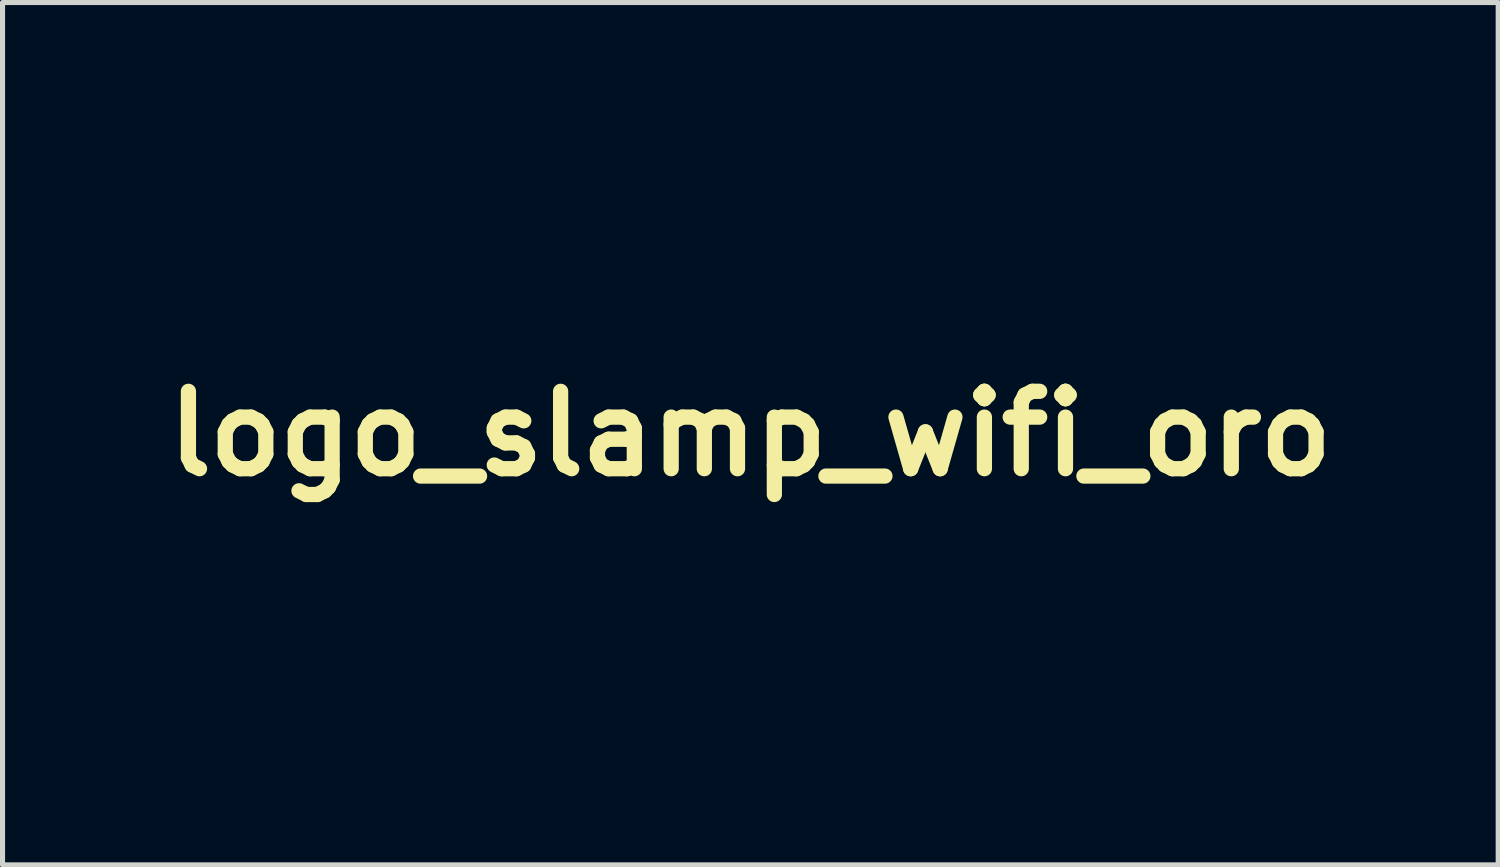
<source format=kicad_pcb>
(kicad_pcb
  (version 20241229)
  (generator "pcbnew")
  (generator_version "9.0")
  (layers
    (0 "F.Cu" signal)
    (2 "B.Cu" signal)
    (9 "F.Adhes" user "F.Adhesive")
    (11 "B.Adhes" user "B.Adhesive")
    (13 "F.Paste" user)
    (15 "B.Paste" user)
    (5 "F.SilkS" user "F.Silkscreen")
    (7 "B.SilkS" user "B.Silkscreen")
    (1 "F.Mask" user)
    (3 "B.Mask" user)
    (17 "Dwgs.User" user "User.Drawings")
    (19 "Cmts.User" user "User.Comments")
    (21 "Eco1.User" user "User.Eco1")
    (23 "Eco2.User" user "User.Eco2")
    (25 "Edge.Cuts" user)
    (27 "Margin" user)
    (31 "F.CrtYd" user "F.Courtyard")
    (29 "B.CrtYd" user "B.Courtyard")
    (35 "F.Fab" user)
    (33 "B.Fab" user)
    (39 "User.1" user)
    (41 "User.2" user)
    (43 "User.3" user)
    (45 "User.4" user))
  (footprint "logo_slamp_wifi_oro"
    (layer "F.Cu")
    (at 11.728 5.491)
    (property "Reference" "logo_slamp_wifi_oro" (at 0 0 0) (layer "F.SilkS") (effects (font (size 1.524 1.524) (thickness 0.3))))
    (attr through_hole)
    (fp_poly (pts (xy -2.788 1.998) (xy -2.718 2.03) (xy -2.618 2.082) (xy -2.493 2.148) (xy -2.35 2.227) (xy -2.235 2.292) (xy -1.689 2.603) (xy -1.682 3.262) (xy -1.681 3.44) (xy -1.682 3.602) (xy -1.683 3.74) (xy -1.686 3.847) (xy -1.691 3.916) (xy -1.695 3.94) (xy -1.722 3.934) (xy -1.786 3.904) (xy -1.881 3.856) (xy -2.002 3.791) (xy -2.142 3.713) (xy -2.261 3.646) (xy -2.439 3.541) (xy -2.59 3.45) (xy -2.708 3.373) (xy -2.791 3.315) (xy -2.834 3.278) (xy -2.838 3.272) (xy -2.849 3.236) (xy -2.857 3.17) (xy -2.862 3.07) (xy -2.865 2.931) (xy -2.865 2.749) (xy -2.864 2.604) (xy -2.861 2.409) (xy -2.858 2.26) (xy -2.854 2.149) (xy -2.849 2.073) (xy -2.842 2.024) (xy -2.833 1.998) (xy -2.821 1.988) (xy -2.819 1.988) (xy -2.788 1.998)) (stroke (width 0.01) (type solid)) (fill yes) (layer "F.Mask"))
    (fp_poly (pts (xy 2.894 3.511) (xy 2.904 3.531) (xy 2.91 3.571) (xy 2.915 3.637) (xy 2.918 3.734) (xy 2.92 3.868) (xy 2.921 4.045) (xy 2.921 4.148) (xy 2.92 4.364) (xy 2.918 4.533) (xy 2.914 4.66) (xy 2.908 4.749) (xy 2.899 4.805) (xy 2.889 4.831) (xy 2.859 4.854) (xy 2.793 4.898) (xy 2.697 4.957) (xy 2.58 5.027) (xy 2.449 5.104) (xy 2.311 5.185) (xy 2.174 5.264) (xy 2.044 5.337) (xy 1.931 5.4) (xy 1.84 5.448) (xy 1.779 5.479) (xy 1.757 5.486) (xy 1.747 5.472) (xy 1.74 5.425) (xy 1.734 5.343) (xy 1.73 5.222) (xy 1.728 5.058) (xy 1.727 4.847) (xy 1.727 4.827) (xy 1.727 4.168) (xy 1.81 4.107) (xy 1.865 4.07) (xy 1.952 4.017) (xy 2.063 3.951) (xy 2.189 3.878) (xy 2.324 3.801) (xy 2.46 3.725) (xy 2.589 3.653) (xy 2.704 3.592) (xy 2.796 3.544) (xy 2.859 3.513) (xy 2.882 3.505) (xy 2.894 3.511)) (stroke (width 0.01) (type solid)) (fill yes) (layer "F.Mask"))
    (fp_poly (pts (xy 5.519 -2.588) (xy 5.542 -2.575) (xy 5.559 -2.546) (xy 5.572 -2.496) (xy 5.58 -2.419) (xy 5.585 -2.31) (xy 5.587 -2.162) (xy 5.588 -1.97) (xy 5.588 -1.927) (xy 5.588 -1.323) (xy 5.505 -1.262) (xy 5.464 -1.234) (xy 5.386 -1.187) (xy 5.281 -1.124) (xy 5.156 -1.05) (xy 5.02 -0.971) (xy 4.882 -0.891) (xy 4.748 -0.814) (xy 4.629 -0.747) (xy 4.531 -0.692) (xy 4.48 -0.665) (xy 4.433 -0.649) (xy 4.41 -0.653) (xy 4.406 -0.682) (xy 4.402 -0.754) (xy 4.399 -0.859) (xy 4.396 -0.991) (xy 4.395 -1.139) (xy 4.395 -1.297) (xy 4.395 -1.456) (xy 4.396 -1.607) (xy 4.398 -1.741) (xy 4.401 -1.852) (xy 4.405 -1.93) (xy 4.41 -1.966) (xy 4.435 -1.989) (xy 4.498 -2.032) (xy 4.59 -2.091) (xy 4.704 -2.16) (xy 4.832 -2.236) (xy 4.967 -2.315) (xy 5.101 -2.391) (xy 5.226 -2.461) (xy 5.335 -2.52) (xy 5.421 -2.564) (xy 5.475 -2.588) (xy 5.488 -2.591) (xy 5.519 -2.588)) (stroke (width 0.01) (type solid)) (fill yes) (layer "F.Mask"))
    (fp_poly (pts (xy 0.07 -3.163) (xy 0.142 -3.129) (xy 0.242 -3.078) (xy 0.361 -3.013) (xy 0.492 -2.939) (xy 0.629 -2.86) (xy 0.764 -2.781) (xy 0.89 -2.705) (xy 1 -2.636) (xy 1.087 -2.579) (xy 1.144 -2.538) (xy 1.162 -2.517) (xy 1.139 -2.496) (xy 1.079 -2.454) (xy 0.989 -2.396) (xy 0.876 -2.326) (xy 0.747 -2.249) (xy 0.611 -2.169) (xy 0.473 -2.089) (xy 0.342 -2.015) (xy 0.224 -1.951) (xy 0.128 -1.9) (xy 0.059 -1.867) (xy 0.026 -1.856) (xy -0.006 -1.868) (xy -0.075 -1.903) (xy -0.176 -1.957) (xy -0.3 -2.025) (xy -0.443 -2.106) (xy -0.559 -2.172) (xy -0.709 -2.259) (xy -0.843 -2.34) (xy -0.956 -2.411) (xy -1.041 -2.467) (xy -1.092 -2.505) (xy -1.105 -2.519) (xy -1.084 -2.541) (xy -1.025 -2.582) (xy -0.936 -2.639) (xy -0.824 -2.707) (xy -0.697 -2.783) (xy -0.561 -2.863) (xy -0.423 -2.941) (xy -0.291 -3.015) (xy -0.173 -3.079) (xy -0.075 -3.13) (xy -0.004 -3.163) (xy 0.031 -3.175) (xy 0.07 -3.163)) (stroke (width 0.01) (type solid)) (fill yes) (layer "F.Mask"))
    (fp_poly (pts (xy 1.402 -2.401) (xy 1.473 -2.367) (xy 1.572 -2.315) (xy 1.691 -2.251) (xy 1.822 -2.177) (xy 1.96 -2.098) (xy 2.096 -2.018) (xy 2.223 -1.942) (xy 2.335 -1.873) (xy 2.423 -1.817) (xy 2.481 -1.776) (xy 2.502 -1.755) (xy 2.481 -1.733) (xy 2.422 -1.691) (xy 2.333 -1.633) (xy 2.221 -1.564) (xy 2.093 -1.488) (xy 1.956 -1.408) (xy 1.818 -1.329) (xy 1.686 -1.256) (xy 1.567 -1.191) (xy 1.468 -1.14) (xy 1.396 -1.107) (xy 1.359 -1.095) (xy 1.323 -1.108) (xy 1.251 -1.143) (xy 1.148 -1.197) (xy 1.022 -1.266) (xy 0.878 -1.346) (xy 0.775 -1.406) (xy 0.626 -1.493) (xy 0.493 -1.574) (xy 0.381 -1.645) (xy 0.297 -1.701) (xy 0.247 -1.739) (xy 0.235 -1.753) (xy 0.254 -1.775) (xy 0.311 -1.816) (xy 0.398 -1.874) (xy 0.509 -1.943) (xy 0.635 -2.02) (xy 0.77 -2.1) (xy 0.907 -2.179) (xy 1.038 -2.253) (xy 1.157 -2.317) (xy 1.256 -2.368) (xy 1.328 -2.402) (xy 1.365 -2.413) (xy 1.402 -2.401)) (stroke (width 0.01) (type solid)) (fill yes) (layer "F.Mask"))
    (fp_poly (pts (xy 0.047 -4.704) (xy 0.12 -4.673) (xy 0.221 -4.624) (xy 0.341 -4.561) (xy 0.474 -4.488) (xy 0.613 -4.41) (xy 0.751 -4.33) (xy 0.879 -4.253) (xy 0.991 -4.182) (xy 1.079 -4.123) (xy 1.136 -4.079) (xy 1.156 -4.055) (xy 1.133 -4.028) (xy 1.067 -3.978) (xy 0.959 -3.907) (xy 0.811 -3.816) (xy 0.635 -3.713) (xy 0.485 -3.627) (xy 0.348 -3.549) (xy 0.23 -3.483) (xy 0.138 -3.432) (xy 0.079 -3.402) (xy 0.062 -3.394) (xy 0.027 -3.397) (xy -0.035 -3.419) (xy -0.128 -3.463) (xy -0.255 -3.532) (xy -0.395 -3.611) (xy -0.594 -3.725) (xy -0.753 -3.818) (xy -0.877 -3.891) (xy -0.968 -3.947) (xy -1.033 -3.988) (xy -1.074 -4.019) (xy -1.097 -4.04) (xy -1.105 -4.055) (xy -1.105 -4.058) (xy -1.084 -4.078) (xy -1.026 -4.118) (xy -0.938 -4.175) (xy -0.827 -4.243) (xy -0.7 -4.32) (xy -0.565 -4.399) (xy -0.429 -4.478) (xy -0.3 -4.552) (xy -0.183 -4.617) (xy -0.087 -4.668) (xy -0.019 -4.701) (xy 0.009 -4.712) (xy 0.047 -4.704)) (stroke (width 0.01) (type solid)) (fill yes) (layer "F.Mask"))
    (fp_poly (pts (xy 1.396 -5.474) (xy 1.468 -5.44) (xy 1.568 -5.389) (xy 1.687 -5.325) (xy 1.82 -5.251) (xy 1.958 -5.172) (xy 2.094 -5.093) (xy 2.222 -5.017) (xy 2.334 -4.948) (xy 2.423 -4.891) (xy 2.481 -4.85) (xy 2.502 -4.829) (xy 2.481 -4.807) (xy 2.422 -4.765) (xy 2.333 -4.707) (xy 2.221 -4.638) (xy 2.093 -4.561) (xy 1.957 -4.481) (xy 1.819 -4.402) (xy 1.687 -4.328) (xy 1.567 -4.263) (xy 1.468 -4.212) (xy 1.396 -4.178) (xy 1.359 -4.166) (xy 1.324 -4.179) (xy 1.251 -4.213) (xy 1.148 -4.267) (xy 1.021 -4.336) (xy 0.877 -4.417) (xy 0.762 -4.482) (xy 0.612 -4.57) (xy 0.478 -4.651) (xy 0.365 -4.722) (xy 0.28 -4.777) (xy 0.229 -4.814) (xy 0.216 -4.828) (xy 0.237 -4.849) (xy 0.296 -4.89) (xy 0.385 -4.947) (xy 0.497 -5.015) (xy 0.625 -5.091) (xy 0.761 -5.17) (xy 0.899 -5.249) (xy 1.031 -5.323) (xy 1.151 -5.387) (xy 1.25 -5.439) (xy 1.322 -5.473) (xy 1.359 -5.486) (xy 1.359 -5.486) (xy 1.396 -5.474)) (stroke (width 0.01) (type solid)) (fill yes) (layer "F.Mask"))
    (fp_poly (pts (xy 2.899 0.471) (xy 2.908 0.542) (xy 2.914 0.647) (xy 2.919 0.778) (xy 2.923 0.927) (xy 2.924 1.085) (xy 2.923 1.243) (xy 2.92 1.395) (xy 2.915 1.53) (xy 2.909 1.642) (xy 2.9 1.722) (xy 2.889 1.76) (xy 2.859 1.785) (xy 2.792 1.829) (xy 2.697 1.888) (xy 2.579 1.959) (xy 2.448 2.037) (xy 2.31 2.117) (xy 2.172 2.195) (xy 2.043 2.268) (xy 1.93 2.33) (xy 1.84 2.378) (xy 1.78 2.407) (xy 1.76 2.413) (xy 1.75 2.403) (xy 1.742 2.371) (xy 1.736 2.311) (xy 1.731 2.219) (xy 1.729 2.089) (xy 1.727 1.917) (xy 1.727 1.77) (xy 1.728 1.554) (xy 1.73 1.384) (xy 1.735 1.256) (xy 1.741 1.166) (xy 1.749 1.11) (xy 1.759 1.084) (xy 1.791 1.058) (xy 1.859 1.012) (xy 1.956 0.952) (xy 2.073 0.881) (xy 2.205 0.804) (xy 2.342 0.725) (xy 2.479 0.649) (xy 2.607 0.579) (xy 2.719 0.519) (xy 2.809 0.474) (xy 2.868 0.448) (xy 2.888 0.443) (xy 2.899 0.471)) (stroke (width 0.01) (type solid)) (fill yes) (layer "F.Mask"))
    (fp_poly (pts (xy 2.726 -4.712) (xy 2.794 -4.678) (xy 2.891 -4.628) (xy 3.009 -4.564) (xy 3.141 -4.491) (xy 3.279 -4.414) (xy 3.417 -4.337) (xy 3.545 -4.263) (xy 3.657 -4.197) (xy 3.746 -4.143) (xy 3.803 -4.106) (xy 3.817 -4.095) (xy 3.844 -4.057) (xy 3.842 -4.036) (xy 3.804 -4.008) (xy 3.73 -3.961) (xy 3.628 -3.901) (xy 3.506 -3.83) (xy 3.37 -3.754) (xy 3.229 -3.677) (xy 3.09 -3.601) (xy 2.961 -3.533) (xy 2.849 -3.475) (xy 2.762 -3.432) (xy 2.707 -3.408) (xy 2.693 -3.405) (xy 2.654 -3.417) (xy 2.578 -3.453) (xy 2.472 -3.507) (xy 2.343 -3.576) (xy 2.198 -3.657) (xy 2.095 -3.716) (xy 1.947 -3.803) (xy 1.815 -3.884) (xy 1.704 -3.955) (xy 1.622 -4.01) (xy 1.573 -4.048) (xy 1.562 -4.061) (xy 1.583 -4.082) (xy 1.642 -4.123) (xy 1.73 -4.18) (xy 1.841 -4.25) (xy 1.969 -4.326) (xy 2.104 -4.407) (xy 2.241 -4.486) (xy 2.372 -4.56) (xy 2.49 -4.626) (xy 2.588 -4.677) (xy 2.659 -4.711) (xy 2.694 -4.724) (xy 2.726 -4.712)) (stroke (width 0.01) (type solid)) (fill yes) (layer "F.Mask"))
    (fp_poly (pts (xy 4.246 2.782) (xy 4.255 2.858) (xy 4.261 2.967) (xy 4.266 3.101) (xy 4.268 3.252) (xy 4.269 3.41) (xy 4.267 3.568) (xy 4.264 3.716) (xy 4.258 3.846) (xy 4.251 3.949) (xy 4.241 4.017) (xy 4.235 4.036) (xy 4.201 4.07) (xy 4.124 4.126) (xy 4.007 4.202) (xy 3.852 4.297) (xy 3.662 4.408) (xy 3.658 4.41) (xy 3.507 4.497) (xy 3.371 4.574) (xy 3.255 4.639) (xy 3.167 4.688) (xy 3.112 4.717) (xy 3.095 4.724) (xy 3.073 4.704) (xy 3.063 4.684) (xy 3.056 4.639) (xy 3.051 4.553) (xy 3.048 4.435) (xy 3.046 4.294) (xy 3.047 4.139) (xy 3.049 3.979) (xy 3.052 3.822) (xy 3.057 3.679) (xy 3.063 3.557) (xy 3.07 3.465) (xy 3.078 3.414) (xy 3.08 3.408) (xy 3.112 3.376) (xy 3.179 3.327) (xy 3.275 3.263) (xy 3.392 3.19) (xy 3.523 3.112) (xy 3.662 3.031) (xy 3.8 2.954) (xy 3.931 2.883) (xy 4.047 2.823) (xy 4.141 2.778) (xy 4.207 2.752) (xy 4.235 2.749) (xy 4.246 2.782)) (stroke (width 0.01) (type solid)) (fill yes) (layer "F.Mask"))
    (fp_poly (pts (xy 2.731 -3.163) (xy 2.801 -3.13) (xy 2.9 -3.079) (xy 3.021 -3.016) (xy 3.155 -2.943) (xy 3.295 -2.866) (xy 3.435 -2.789) (xy 3.565 -2.715) (xy 3.679 -2.649) (xy 3.769 -2.595) (xy 3.828 -2.556) (xy 3.848 -2.54) (xy 3.841 -2.511) (xy 3.816 -2.484) (xy 3.776 -2.456) (xy 3.701 -2.41) (xy 3.599 -2.349) (xy 3.478 -2.279) (xy 3.344 -2.203) (xy 3.206 -2.125) (xy 3.07 -2.05) (xy 2.944 -1.982) (xy 2.836 -1.924) (xy 2.753 -1.882) (xy 2.702 -1.859) (xy 2.692 -1.856) (xy 2.66 -1.868) (xy 2.591 -1.903) (xy 2.491 -1.956) (xy 2.366 -2.025) (xy 2.224 -2.105) (xy 2.108 -2.171) (xy 1.958 -2.259) (xy 1.822 -2.34) (xy 1.709 -2.411) (xy 1.622 -2.467) (xy 1.569 -2.505) (xy 1.556 -2.519) (xy 1.575 -2.541) (xy 1.632 -2.582) (xy 1.719 -2.639) (xy 1.83 -2.707) (xy 1.957 -2.783) (xy 2.093 -2.862) (xy 2.231 -2.941) (xy 2.363 -3.014) (xy 2.483 -3.078) (xy 2.584 -3.129) (xy 2.657 -3.163) (xy 2.697 -3.175) (xy 2.697 -3.175) (xy 2.731 -3.163)) (stroke (width 0.01) (type solid)) (fill yes) (layer "F.Mask"))
    (fp_poly (pts (xy 4.075 -3.93) (xy 4.151 -3.895) (xy 4.255 -3.843) (xy 4.378 -3.777) (xy 4.512 -3.702) (xy 4.648 -3.624) (xy 4.781 -3.546) (xy 4.9 -3.473) (xy 4.998 -3.41) (xy 5.067 -3.361) (xy 5.099 -3.332) (xy 5.124 -3.286) (xy 5.115 -3.252) (xy 5.09 -3.225) (xy 5.058 -3.202) (xy 4.991 -3.16) (xy 4.896 -3.102) (xy 4.78 -3.033) (xy 4.652 -2.958) (xy 4.52 -2.881) (xy 4.389 -2.806) (xy 4.269 -2.738) (xy 4.167 -2.681) (xy 4.09 -2.64) (xy 4.047 -2.618) (xy 4.04 -2.616) (xy 4.01 -2.627) (xy 3.956 -2.653) (xy 3.95 -2.656) (xy 3.818 -2.726) (xy 3.675 -2.806) (xy 3.528 -2.89) (xy 3.382 -2.976) (xy 3.244 -3.059) (xy 3.121 -3.135) (xy 3.019 -3.201) (xy 2.945 -3.252) (xy 2.905 -3.284) (xy 2.901 -3.292) (xy 2.924 -3.315) (xy 2.986 -3.358) (xy 3.077 -3.417) (xy 3.191 -3.486) (xy 3.32 -3.563) (xy 3.458 -3.643) (xy 3.595 -3.721) (xy 3.726 -3.794) (xy 3.843 -3.856) (xy 3.939 -3.905) (xy 4.006 -3.935) (xy 4.033 -3.943) (xy 4.075 -3.93)) (stroke (width 0.01) (type solid)) (fill yes) (layer "F.Mask"))
    (fp_poly (pts (xy -4.121 -0.318) (xy -4.051 -0.283) (xy -3.953 -0.231) (xy -3.834 -0.166) (xy -3.701 -0.091) (xy -3.564 -0.012) (xy -3.428 0.067) (xy -3.301 0.143) (xy -3.191 0.21) (xy -3.106 0.264) (xy -3.053 0.301) (xy -3.041 0.311) (xy -3.027 0.331) (xy -3.017 0.359) (xy -3.009 0.401) (xy -3.004 0.463) (xy -3.001 0.552) (xy -3.001 0.675) (xy -3.002 0.837) (xy -3.003 0.998) (xy -3.006 1.205) (xy -3.011 1.376) (xy -3.017 1.508) (xy -3.024 1.596) (xy -3.033 1.638) (xy -3.035 1.641) (xy -3.064 1.631) (xy -3.129 1.599) (xy -3.227 1.549) (xy -3.349 1.483) (xy -3.489 1.404) (xy -3.594 1.345) (xy -3.745 1.258) (xy -3.882 1.178) (xy -3.998 1.107) (xy -4.088 1.051) (xy -4.144 1.012) (xy -4.159 0.999) (xy -4.17 0.969) (xy -4.178 0.91) (xy -4.184 0.816) (xy -4.188 0.684) (xy -4.19 0.51) (xy -4.191 0.313) (xy -4.191 0.112) (xy -4.189 -0.044) (xy -4.187 -0.159) (xy -4.182 -0.24) (xy -4.176 -0.292) (xy -4.168 -0.32) (xy -4.157 -0.33) (xy -4.155 -0.33) (xy -4.121 -0.318)) (stroke (width 0.01) (type solid)) (fill yes) (layer "F.Mask"))
    (fp_poly (pts (xy -2.787 0.444) (xy -2.722 0.478) (xy -2.628 0.529) (xy -2.513 0.594) (xy -2.384 0.667) (xy -2.249 0.744) (xy -2.115 0.822) (xy -1.989 0.896) (xy -1.879 0.961) (xy -1.792 1.014) (xy -1.736 1.05) (xy -1.721 1.061) (xy -1.707 1.077) (xy -1.697 1.102) (xy -1.689 1.142) (xy -1.683 1.204) (xy -1.68 1.292) (xy -1.678 1.414) (xy -1.677 1.575) (xy -1.676 1.757) (xy -1.677 1.966) (xy -1.679 2.128) (xy -1.682 2.25) (xy -1.687 2.334) (xy -1.694 2.386) (xy -1.702 2.409) (xy -1.708 2.412) (xy -1.738 2.4) (xy -1.806 2.365) (xy -1.904 2.313) (xy -2.028 2.245) (xy -2.169 2.165) (xy -2.277 2.103) (xy -2.479 1.986) (xy -2.635 1.891) (xy -2.747 1.817) (xy -2.817 1.764) (xy -2.843 1.735) (xy -2.85 1.693) (xy -2.856 1.611) (xy -2.862 1.495) (xy -2.866 1.356) (xy -2.869 1.202) (xy -2.871 1.042) (xy -2.871 0.886) (xy -2.87 0.742) (xy -2.867 0.62) (xy -2.862 0.529) (xy -2.856 0.477) (xy -2.855 0.472) (xy -2.829 0.437) (xy -2.815 0.432) (xy -2.787 0.444)) (stroke (width 0.01) (type solid)) (fill yes) (layer "F.Mask"))
    (fp_poly (pts (xy 1.399 -3.931) (xy 1.471 -3.898) (xy 1.569 -3.847) (xy 1.689 -3.783) (xy 1.822 -3.711) (xy 1.96 -3.633) (xy 2.098 -3.554) (xy 2.227 -3.479) (xy 2.34 -3.41) (xy 2.431 -3.353) (xy 2.491 -3.312) (xy 2.515 -3.29) (xy 2.515 -3.29) (xy 2.494 -3.272) (xy 2.436 -3.233) (xy 2.348 -3.178) (xy 2.237 -3.11) (xy 2.111 -3.034) (xy 1.977 -2.954) (xy 1.841 -2.875) (xy 1.71 -2.8) (xy 1.593 -2.733) (xy 1.496 -2.679) (xy 1.427 -2.643) (xy 1.397 -2.63) (xy 1.353 -2.632) (xy 1.286 -2.655) (xy 1.257 -2.669) (xy 1.178 -2.712) (xy 1.071 -2.771) (xy 0.946 -2.842) (xy 0.811 -2.918) (xy 0.674 -2.997) (xy 0.544 -3.071) (xy 0.43 -3.138) (xy 0.339 -3.191) (xy 0.282 -3.226) (xy 0.271 -3.233) (xy 0.225 -3.271) (xy 0.219 -3.297) (xy 0.233 -3.315) (xy 0.272 -3.344) (xy 0.347 -3.391) (xy 0.449 -3.452) (xy 0.571 -3.522) (xy 0.706 -3.599) (xy 0.846 -3.677) (xy 0.983 -3.752) (xy 1.11 -3.82) (xy 1.219 -3.877) (xy 1.303 -3.919) (xy 1.353 -3.941) (xy 1.363 -3.943) (xy 1.399 -3.931)) (stroke (width 0.01) (type solid)) (fill yes) (layer "F.Mask"))
    (fp_poly (pts (xy 4.228 -0.324) (xy 4.242 -0.303) (xy 4.253 -0.262) (xy 4.26 -0.195) (xy 4.264 -0.097) (xy 4.265 0.037) (xy 4.264 0.213) (xy 4.262 0.375) (xy 4.259 0.564) (xy 4.256 0.708) (xy 4.253 0.815) (xy 4.247 0.891) (xy 4.24 0.943) (xy 4.23 0.977) (xy 4.216 1) (xy 4.204 1.013) (xy 4.168 1.04) (xy 4.097 1.085) (xy 3.999 1.146) (xy 3.881 1.217) (xy 3.75 1.295) (xy 3.614 1.375) (xy 3.48 1.452) (xy 3.356 1.522) (xy 3.25 1.581) (xy 3.169 1.624) (xy 3.119 1.648) (xy 3.109 1.651) (xy 3.069 1.637) (xy 3.065 1.634) (xy 3.058 1.603) (xy 3.053 1.529) (xy 3.05 1.422) (xy 3.048 1.289) (xy 3.047 1.14) (xy 3.048 0.982) (xy 3.05 0.825) (xy 3.054 0.678) (xy 3.058 0.547) (xy 3.064 0.443) (xy 3.07 0.373) (xy 3.075 0.349) (xy 3.109 0.313) (xy 3.186 0.256) (xy 3.308 0.177) (xy 3.474 0.076) (xy 3.641 -0.021) (xy 3.792 -0.107) (xy 3.929 -0.183) (xy 4.045 -0.248) (xy 4.136 -0.295) (xy 4.193 -0.324) (xy 4.21 -0.33) (xy 4.228 -0.324)) (stroke (width 0.01) (type solid)) (fill yes) (layer "F.Mask"))
    (fp_poly (pts (xy -4.139 1.215) (xy -4.075 1.245) (xy -3.981 1.293) (xy -3.866 1.354) (xy -3.737 1.425) (xy -3.599 1.502) (xy -3.462 1.58) (xy -3.332 1.656) (xy -3.216 1.725) (xy -3.122 1.783) (xy -3.057 1.826) (xy -3.029 1.849) (xy -3.018 1.877) (xy -3.01 1.935) (xy -3.004 2.027) (xy -3 2.156) (xy -2.998 2.329) (xy -2.997 2.532) (xy -2.997 2.73) (xy -2.998 2.882) (xy -3 2.996) (xy -3.004 3.075) (xy -3.009 3.127) (xy -3.017 3.157) (xy -3.027 3.171) (xy -3.041 3.174) (xy -3.042 3.174) (xy -3.076 3.162) (xy -3.147 3.127) (xy -3.248 3.075) (xy -3.372 3.007) (xy -3.513 2.928) (xy -3.588 2.886) (xy -3.735 2.801) (xy -3.87 2.721) (xy -3.985 2.652) (xy -4.074 2.598) (xy -4.128 2.562) (xy -4.141 2.552) (xy -4.156 2.536) (xy -4.168 2.514) (xy -4.177 2.48) (xy -4.183 2.428) (xy -4.187 2.351) (xy -4.19 2.244) (xy -4.191 2.1) (xy -4.191 1.913) (xy -4.191 1.864) (xy -4.19 1.667) (xy -4.187 1.498) (xy -4.183 1.364) (xy -4.177 1.268) (xy -4.17 1.215) (xy -4.167 1.207) (xy -4.139 1.215)) (stroke (width 0.01) (type solid)) (fill yes) (layer "F.Mask"))
    (fp_poly (pts (xy -1.268 -3.931) (xy -1.196 -3.897) (xy -1.098 -3.845) (xy -0.98 -3.78) (xy -0.849 -3.705) (xy -0.712 -3.625) (xy -0.576 -3.544) (xy -0.448 -3.466) (xy -0.336 -3.395) (xy -0.246 -3.336) (xy -0.184 -3.292) (xy -0.16 -3.268) (xy -0.16 -3.266) (xy -0.183 -3.248) (xy -0.243 -3.21) (xy -0.333 -3.156) (xy -0.446 -3.089) (xy -0.574 -3.014) (xy -0.711 -2.936) (xy -0.848 -2.858) (xy -0.979 -2.785) (xy -1.096 -2.72) (xy -1.193 -2.668) (xy -1.261 -2.632) (xy -1.294 -2.618) (xy -1.295 -2.618) (xy -1.328 -2.628) (xy -1.346 -2.635) (xy -1.381 -2.652) (xy -1.452 -2.691) (xy -1.551 -2.745) (xy -1.67 -2.812) (xy -1.8 -2.886) (xy -1.935 -2.963) (xy -2.065 -3.037) (xy -2.184 -3.106) (xy -2.282 -3.163) (xy -2.352 -3.206) (xy -2.372 -3.218) (xy -2.43 -3.259) (xy -2.45 -3.287) (xy -2.438 -3.312) (xy -2.435 -3.314) (xy -2.396 -3.343) (xy -2.321 -3.39) (xy -2.219 -3.451) (xy -2.097 -3.522) (xy -1.962 -3.598) (xy -1.822 -3.676) (xy -1.685 -3.752) (xy -1.558 -3.82) (xy -1.449 -3.877) (xy -1.365 -3.919) (xy -1.314 -3.941) (xy -1.304 -3.943) (xy -1.268 -3.931)) (stroke (width 0.01) (type solid)) (fill yes) (layer "F.Mask"))
    (fp_poly (pts (xy 1.551 -0.32) (xy 1.56 -0.302) (xy 1.566 -0.265) (xy 1.571 -0.204) (xy 1.573 -0.112) (xy 1.574 0.015) (xy 1.575 0.183) (xy 1.575 0.323) (xy 1.575 0.525) (xy 1.573 0.682) (xy 1.571 0.801) (xy 1.567 0.886) (xy 1.562 0.945) (xy 1.554 0.984) (xy 1.543 1.008) (xy 1.53 1.022) (xy 1.497 1.045) (xy 1.428 1.087) (xy 1.332 1.145) (xy 1.215 1.213) (xy 1.085 1.289) (xy 0.949 1.367) (xy 0.815 1.443) (xy 0.691 1.514) (xy 0.583 1.574) (xy 0.499 1.619) (xy 0.447 1.646) (xy 0.433 1.651) (xy 0.4 1.636) (xy 0.398 1.634) (xy 0.393 1.605) (xy 0.389 1.532) (xy 0.385 1.424) (xy 0.382 1.288) (xy 0.381 1.132) (xy 0.381 1.066) (xy 0.382 0.86) (xy 0.385 0.698) (xy 0.392 0.572) (xy 0.404 0.477) (xy 0.421 0.406) (xy 0.444 0.35) (xy 0.475 0.305) (xy 0.491 0.285) (xy 0.528 0.256) (xy 0.601 0.207) (xy 0.701 0.144) (xy 0.822 0.07) (xy 0.954 -0.009) (xy 1.09 -0.088) (xy 1.22 -0.163) (xy 1.338 -0.229) (xy 1.434 -0.281) (xy 1.501 -0.314) (xy 1.524 -0.323) (xy 1.539 -0.325) (xy 1.551 -0.32)) (stroke (width 0.01) (type solid)) (fill yes) (layer "F.Mask")))
  (gr_rect
    (start -3 -3)
    (end 26.455 13.982)
    (stroke (width 0.1) (type default))
    (fill no)
    (layer "Edge.Cuts")))
</source>
